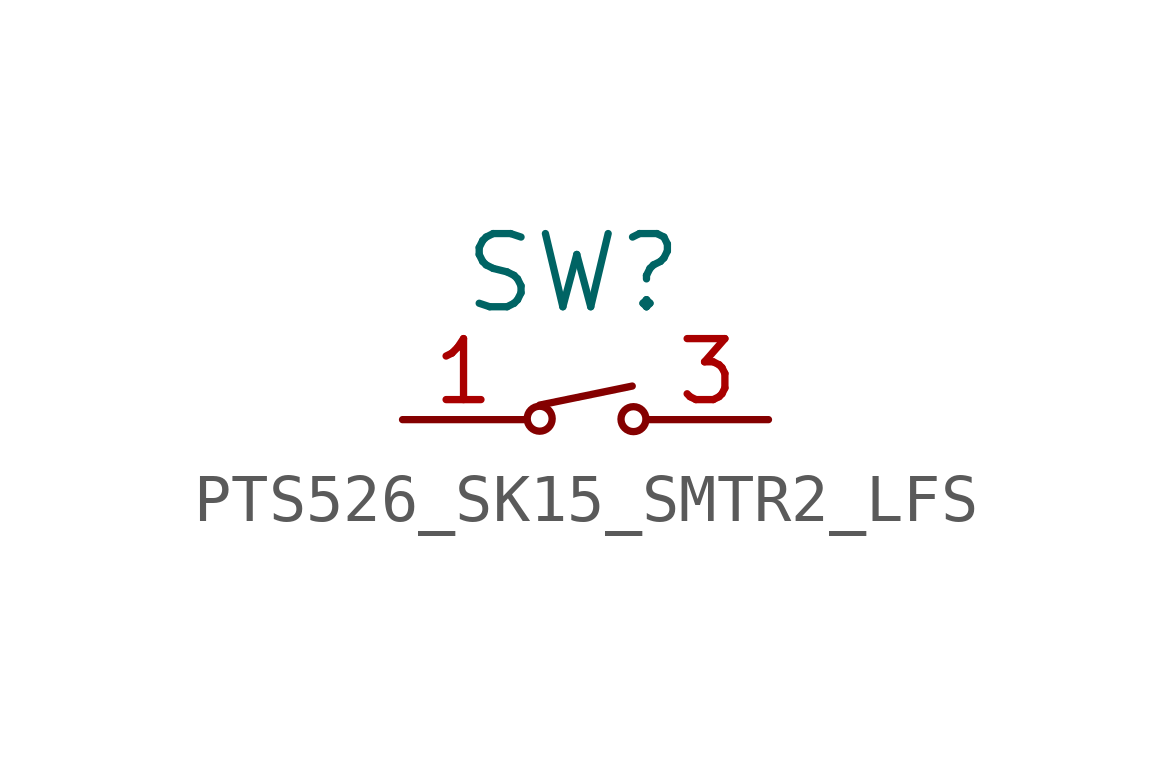
<source format=kicad_sym>
(kicad_symbol_lib
  (version 20231120)
  (generator "kicad_symbol_editor")
  (generator_version "8.0")
  (symbol "PTS526_SK15_SMTR2_LFS"
    (pin_names
      (offset 0.254))
    (property "Reference" "SW"
      (at 3.556 3.048 0)
      (effects (font (size 1.524 1.524))))
    (property "ki_locked" ""
      (at 0 0 0)
      (effects (font (size 1.27 1.27))))
    (symbol "PTS526_SK15_SMTR2_LFS_0_1"
      (polyline (pts (xy 2.856 0.303) (xy 4.783 0.699)) (stroke (width 0) (type default)) (fill (type none)))
      (circle (center 2.856 0.019) (radius 0.26) (stroke (width 0) (type default)) (fill (type none)))
      (circle (center 4.809 0.01) (radius 0.26) (stroke (width 0) (type default)) (fill (type none))))
    (symbol "PTS526_SK15_SMTR2_LFS_1_1"
      (pin unspecified line (at 0 0 0) (length 2.54) (name "" (effects (font (size 1.27 1.27)))) (number "1" (effects (font (size 1.27 1.27)))))
      (pin unspecified line (at 0 0 0) (length 2.54) hide (name "" (effects (font (size 1.27 1.27)))) (number "2" (effects (font (size 1.27 1.27)))))
      (pin unspecified line (at 7.62 0 180) (length 2.54) (name "" (effects (font (size 1.27 1.27)))) (number "3" (effects (font (size 1.27 1.27)))))
      (pin unspecified line (at 7.62 0 180) (length 2.54) hide (name "" (effects (font (size 1.27 1.27)))) (number "4" (effects (font (size 1.27 1.27))))))))
</source>
